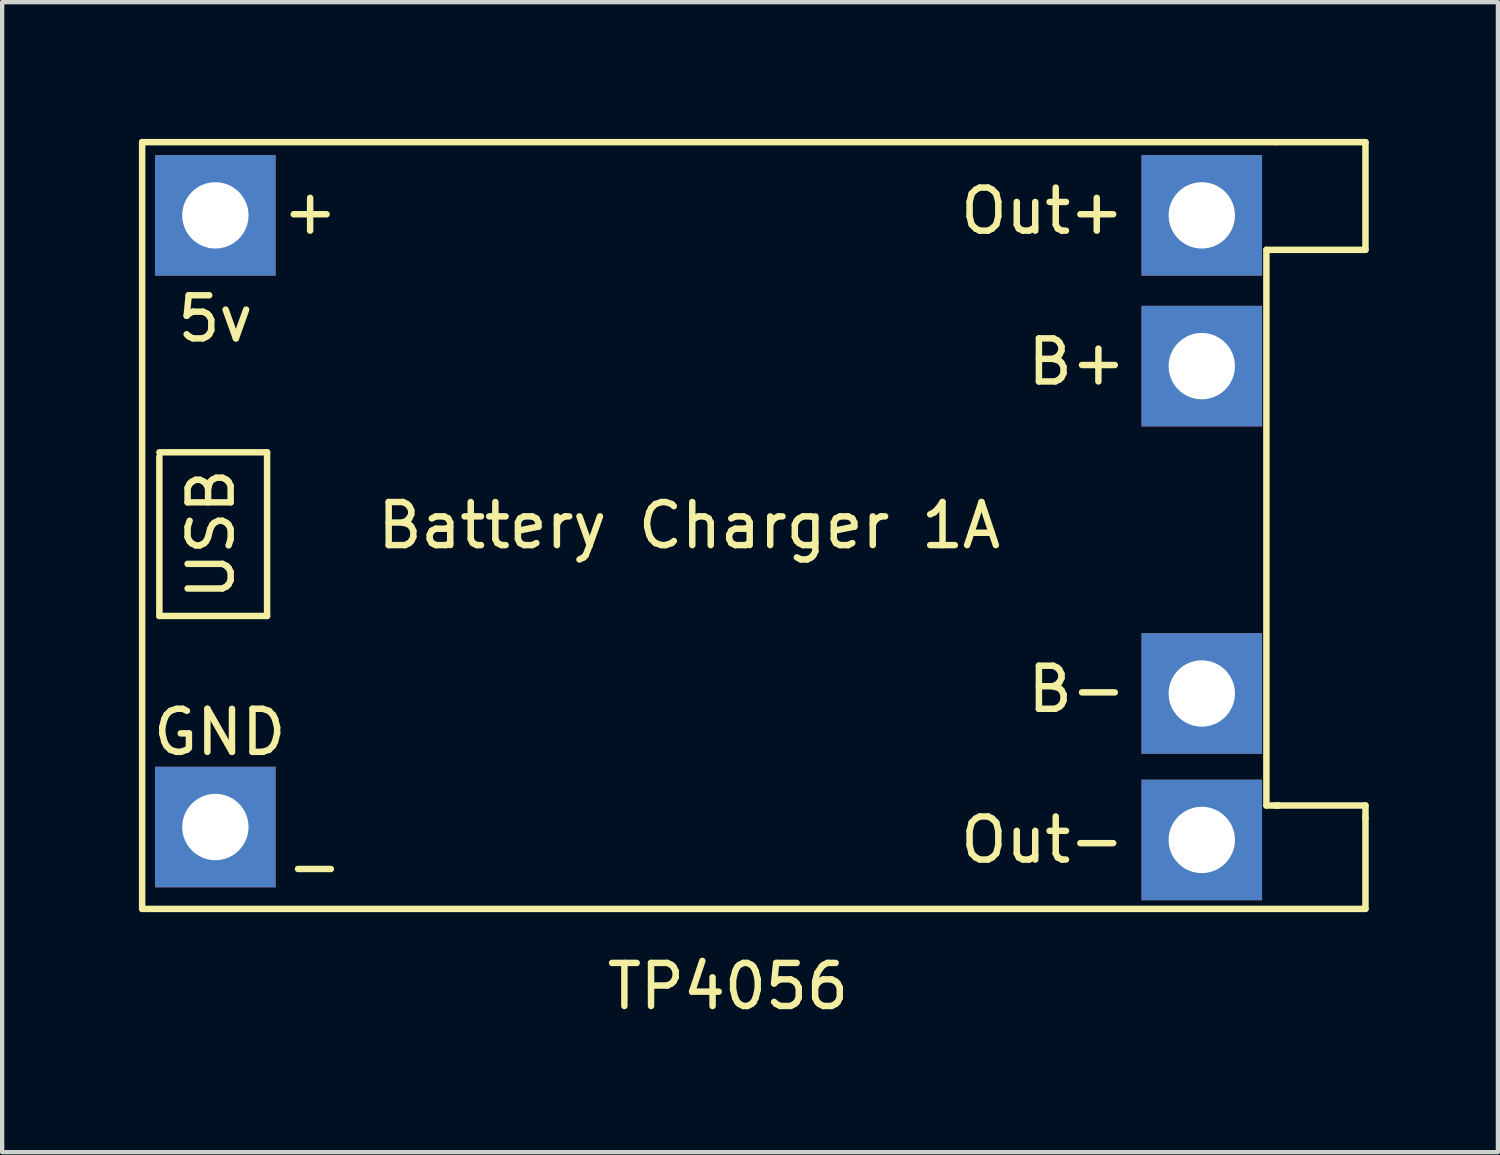
<source format=kicad_pcb>
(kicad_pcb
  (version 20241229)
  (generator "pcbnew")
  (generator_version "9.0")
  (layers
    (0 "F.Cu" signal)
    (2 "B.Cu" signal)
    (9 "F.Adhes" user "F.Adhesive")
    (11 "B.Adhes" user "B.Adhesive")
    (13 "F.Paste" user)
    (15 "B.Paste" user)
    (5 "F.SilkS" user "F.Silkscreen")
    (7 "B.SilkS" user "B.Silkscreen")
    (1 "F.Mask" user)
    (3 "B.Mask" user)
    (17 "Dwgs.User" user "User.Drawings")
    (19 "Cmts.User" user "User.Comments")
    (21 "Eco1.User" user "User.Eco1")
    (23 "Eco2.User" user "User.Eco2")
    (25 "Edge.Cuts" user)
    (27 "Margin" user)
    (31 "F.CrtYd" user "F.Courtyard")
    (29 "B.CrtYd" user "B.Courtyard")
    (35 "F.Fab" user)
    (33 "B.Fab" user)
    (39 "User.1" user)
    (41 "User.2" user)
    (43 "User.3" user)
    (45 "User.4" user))
  (footprint "TP4056"
    (layer "F.Cu")
    (at 0.25 0.25)
    (property "Reference" "TP4056" (at 13.6 19.6 0) (layer "F.SilkS") (effects (font (size 1 1) (thickness 0.15))))
    (attr through_hole)
    (fp_line (start 0 0) (end 26.3 0) (stroke (width 0.15) (type solid)) (layer "F.SilkS"))
    (fp_line (start 0 17.8) (end 0 0) (stroke (width 0.15) (type solid)) (layer "F.SilkS"))
    (fp_line (start 0.4 7.2) (end 2.9 7.2) (stroke (width 0.15) (type solid)) (layer "F.SilkS"))
    (fp_line (start 0.4 11) (end 0.4 7.3) (stroke (width 0.15) (type solid)) (layer "F.SilkS"))
    (fp_line (start 2.9 7.2) (end 2.9 11) (stroke (width 0.15) (type solid)) (layer "F.SilkS"))
    (fp_line (start 2.9 11) (end 0.4 11) (stroke (width 0.15) (type solid)) (layer "F.SilkS"))
    (fp_line (start 26.1 2.5) (end 26.1 15.4) (stroke (width 0.15) (type solid)) (layer "F.SilkS"))
    (fp_line (start 26.1 15.4) (end 26.4 15.4) (stroke (width 0.15) (type solid)) (layer "F.SilkS"))
    (fp_line (start 26.3 0) (end 28.4 0) (stroke (width 0.15) (type solid)) (layer "F.SilkS"))
    (fp_line (start 26.3 15.4) (end 28.4 15.4) (stroke (width 0.15) (type solid)) (layer "F.SilkS"))
    (fp_line (start 28.4 0) (end 28.4 2.5) (stroke (width 0.15) (type solid)) (layer "F.SilkS"))
    (fp_line (start 28.4 2.5) (end 26.1 2.5) (stroke (width 0.15) (type solid)) (layer "F.SilkS"))
    (fp_line (start 28.4 15.4) (end 28.4 15.7) (stroke (width 0.15) (type solid)) (layer "F.SilkS"))
    (fp_line (start 28.4 15.7) (end 28.4 17.8) (stroke (width 0.15) (type solid)) (layer "F.SilkS"))
    (fp_line (start 28.4 17.8) (end 0 17.8) (stroke (width 0.15) (type solid)) (layer "F.SilkS"))
    (fp_text user "5v" (at 1.7 4.1 0) (layer "F.SilkS") (effects (font (size 1 1) (thickness 0.15))))
    (fp_text user "B+" (at 21.7 5.1 0) (layer "F.SilkS") (effects (font (size 1 1) (thickness 0.15))))
    (fp_text user "GND" (at 1.8 13.7 0) (layer "F.SilkS") (effects (font (size 1 1) (thickness 0.15))))
    (fp_text user "+" (at 3.9 1.6 0) (layer "F.SilkS") (effects (font (size 1 1) (thickness 0.15))))
    (fp_text user "B-" (at 21.7 12.7 0) (layer "F.SilkS") (effects (font (size 1 1) (thickness 0.15))))
    (fp_text user "Out-" (at 20.9 16.2 0) (layer "F.SilkS") (effects (font (size 1 1) (thickness 0.15))))
    (fp_text user "USB" (at 1.6 9.1 90) (layer "F.SilkS") (effects (font (size 1 1) (thickness 0.15))))
    (fp_text user "Out+" (at 20.9 1.6 0) (layer "F.SilkS") (effects (font (size 1 1) (thickness 0.15))))
    (fp_text user "-" (at 4 16.8 0) (layer "F.SilkS") (effects (font (size 1 1) (thickness 0.15))))
    (fp_text user "Battery Charger 1A" (at 12.7 8.9 0) (layer "F.SilkS") (effects (font (size 1 1) (thickness 0.15))))
    (pad "1" thru_hole rect (at 1.7 1.7) (size 2.8 2.8) (drill 1.54) (layers "*.Cu" "*.Mask"))
    (pad "2" thru_hole rect (at 1.7 15.9) (size 2.8 2.8) (drill 1.54) (layers "*.Cu" "*.Mask"))
    (pad "3" thru_hole rect (at 24.6 1.7) (size 2.8 2.8) (drill 1.54) (layers "*.Cu" "*.Mask"))
    (pad "4" thru_hole rect (at 24.6 16.2) (size 2.8 2.8) (drill 1.54) (layers "*.Cu" "*.Mask"))
    (pad "5" thru_hole rect (at 24.6 5.2) (size 2.8 2.8) (drill 1.54) (layers "*.Cu" "*.Mask"))
    (pad "6" thru_hole rect (at 24.6 12.8) (size 2.8 2.8) (drill 1.54) (layers "*.Cu" "*.Mask")))
  (gr_rect
    (start -3 -3)
    (end 31.725 23.698)
    (stroke (width 0.1) (type default))
    (fill no)
    (layer "Edge.Cuts")))
</source>
